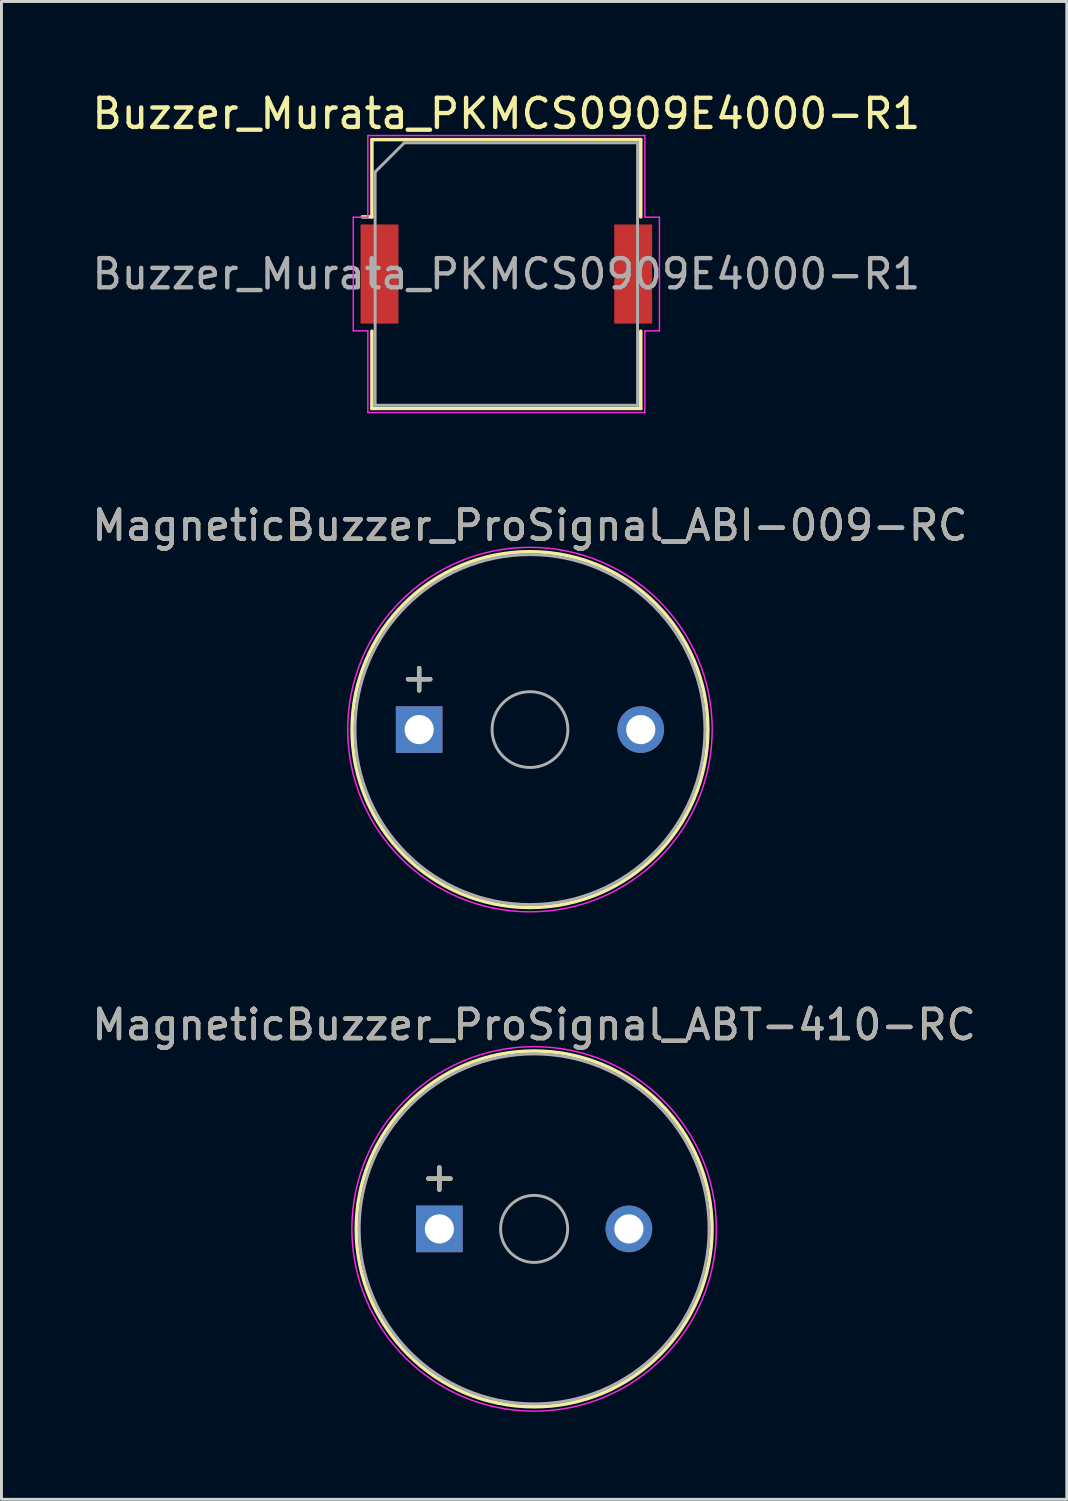
<source format=kicad_pcb>
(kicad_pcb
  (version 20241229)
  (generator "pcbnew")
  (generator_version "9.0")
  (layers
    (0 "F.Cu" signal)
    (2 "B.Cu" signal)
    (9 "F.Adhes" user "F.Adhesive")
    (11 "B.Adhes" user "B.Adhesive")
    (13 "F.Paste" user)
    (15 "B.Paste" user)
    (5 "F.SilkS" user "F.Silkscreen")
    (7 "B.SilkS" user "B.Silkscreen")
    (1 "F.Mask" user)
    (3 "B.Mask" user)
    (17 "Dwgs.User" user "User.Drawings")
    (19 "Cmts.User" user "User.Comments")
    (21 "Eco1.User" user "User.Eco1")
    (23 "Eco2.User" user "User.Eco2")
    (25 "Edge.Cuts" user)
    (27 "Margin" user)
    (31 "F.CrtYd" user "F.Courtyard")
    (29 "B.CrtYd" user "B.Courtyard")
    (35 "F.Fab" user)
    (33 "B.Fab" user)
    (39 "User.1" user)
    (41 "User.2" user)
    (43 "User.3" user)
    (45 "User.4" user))
  (footprint "MagneticBuzzer_ProSignal_ABI-009-RC"
    (layer "F.Cu")
    (at 11.325 21.971)
    (property "Reference" "MagneticBuzzer_ProSignal_ABI-009-RC" (at 3.8 -7 0) (layer "F.SilkS") (effects (font (size 1 1) (thickness 0.15))))
    (attr through_hole)
    (fp_circle (center 3.8 0) (end 9.9 0) (stroke (width 0.12) (type solid)) (fill no) (layer "F.SilkS"))
    (fp_circle (center 3.8 0) (end 10.05 0) (stroke (width 0.05) (type solid)) (fill no) (layer "F.CrtYd"))
    (fp_circle (center 3.8 0) (end 5.1 0) (stroke (width 0.1) (type solid)) (fill no) (layer "F.Fab"))
    (fp_circle (center 3.8 0) (end 9.8 0) (stroke (width 0.1) (type solid)) (fill no) (layer "F.Fab"))
    (fp_text user "+" (at 0 -1.8 0) (layer "F.SilkS") (effects (font (size 1 1) (thickness 0.15))))
    (fp_text user "${REFERENCE}" (at 3.8 -7 0) (layer "F.Fab") (effects (font (size 1 1) (thickness 0.15))))
    (fp_text user "+" (at 0 -1.8 0) (layer "F.Fab") (effects (font (size 1 1) (thickness 0.15))))
    (pad "1" thru_hole rect (at 0 0) (size 1.6 1.6) (drill 1) (layers "*.Cu" "*.Mask"))
    (pad "2" thru_hole circle (at 7.6 0) (size 1.6 1.6) (drill 1) (layers "*.Cu" "*.Mask")))
  (footprint "MagneticBuzzer_ProSignal_ABT-410-RC"
    (layer "F.Cu")
    (at 12.018 39.095)
    (property "Reference" "MagneticBuzzer_ProSignal_ABT-410-RC" (at 3.25 -7 0) (layer "F.SilkS") (effects (font (size 1 1) (thickness 0.15))))
    (attr through_hole)
    (fp_circle (center 3.25 0) (end 9.35 0) (stroke (width 0.12) (type solid)) (fill no) (layer "F.SilkS"))
    (fp_circle (center 3.25 0) (end 9.5 0) (stroke (width 0.05) (type solid)) (fill no) (layer "F.CrtYd"))
    (fp_circle (center 3.25 0) (end 4.4 0) (stroke (width 0.1) (type solid)) (fill no) (layer "F.Fab"))
    (fp_circle (center 3.25 0) (end 9.25 0) (stroke (width 0.1) (type solid)) (fill no) (layer "F.Fab"))
    (fp_text user "+" (at 0 -1.8 0) (layer "F.SilkS") (effects (font (size 1 1) (thickness 0.15))))
    (fp_text user "+" (at 0 -1.8 0) (layer "F.Fab") (effects (font (size 1 1) (thickness 0.15))))
    (fp_text user "${REFERENCE}" (at 3.25 -7 0) (layer "F.Fab") (effects (font (size 1 1) (thickness 0.15))))
    (pad "1" thru_hole rect (at 0 0) (size 1.6 1.6) (drill 1) (layers "*.Cu" "*.Mask"))
    (pad "2" thru_hole circle (at 6.5 0) (size 1.6 1.6) (drill 1) (layers "*.Cu" "*.Mask")))
  (footprint "Buzzer_Murata_PKMCS0909E4000-R1"
    (layer "F.Cu")
    (at 14.315 6.348)
    (property "Reference" "Buzzer_Murata_PKMCS0909E4000-R1" (at 0 -5.5 0) (layer "F.SilkS") (effects (font (size 1 1) (thickness 0.15))))
    (attr smd)
    (fp_line (start -4.61 -4.61) (end 4.61 -4.61) (stroke (width 0.12) (type solid)) (layer "F.SilkS"))
    (fp_line (start -4.61 -1.96) (end -4.94 -1.96) (stroke (width 0.12) (type solid)) (layer "F.SilkS"))
    (fp_line (start -4.61 -1.96) (end -4.61 -4.61) (stroke (width 0.12) (type solid)) (layer "F.SilkS"))
    (fp_line (start -4.61 4.61) (end -4.61 1.96) (stroke (width 0.12) (type solid)) (layer "F.SilkS"))
    (fp_line (start 4.61 -4.61) (end 4.61 -1.96) (stroke (width 0.12) (type solid)) (layer "F.SilkS"))
    (fp_line (start 4.61 1.96) (end 4.61 4.61) (stroke (width 0.12) (type solid)) (layer "F.SilkS"))
    (fp_line (start 4.61 4.61) (end -4.61 4.61) (stroke (width 0.12) (type solid)) (layer "F.SilkS"))
    (fp_line (start -5.25 1.95) (end -5.25 -1.95) (stroke (width 0.05) (type solid)) (layer "F.CrtYd"))
    (fp_line (start -4.75 -4.75) (end 4.75 -4.75) (stroke (width 0.05) (type solid)) (layer "F.CrtYd"))
    (fp_line (start -4.75 -1.95) (end -5.25 -1.95) (stroke (width 0.05) (type solid)) (layer "F.CrtYd"))
    (fp_line (start -4.75 -1.95) (end -4.75 -4.75) (stroke (width 0.05) (type solid)) (layer "F.CrtYd"))
    (fp_line (start -4.75 1.95) (end -5.25 1.95) (stroke (width 0.05) (type solid)) (layer "F.CrtYd"))
    (fp_line (start -4.75 4.75) (end -4.75 1.95) (stroke (width 0.05) (type solid)) (layer "F.CrtYd"))
    (fp_line (start 4.75 -1.95) (end 4.75 -4.75) (stroke (width 0.05) (type solid)) (layer "F.CrtYd"))
    (fp_line (start 4.75 -1.95) (end 5.25 -1.95) (stroke (width 0.05) (type solid)) (layer "F.CrtYd"))
    (fp_line (start 4.75 1.95) (end 5.25 1.95) (stroke (width 0.05) (type solid)) (layer "F.CrtYd"))
    (fp_line (start 4.75 4.75) (end -4.75 4.75) (stroke (width 0.05) (type solid)) (layer "F.CrtYd"))
    (fp_line (start 4.75 4.75) (end 4.75 1.95) (stroke (width 0.05) (type solid)) (layer "F.CrtYd"))
    (fp_line (start 5.25 1.95) (end 5.25 -1.95) (stroke (width 0.05) (type solid)) (layer "F.CrtYd"))
    (fp_line (start -4.5 -3.5) (end -3.5 -4.5) (stroke (width 0.1) (type solid)) (layer "F.Fab"))
    (fp_line (start -4.5 4.5) (end -4.5 -3.5) (stroke (width 0.1) (type solid)) (layer "F.Fab"))
    (fp_line (start -3.5 -4.5) (end 4.5 -4.5) (stroke (width 0.1) (type solid)) (layer "F.Fab"))
    (fp_line (start 4.5 -4.5) (end 4.5 4.5) (stroke (width 0.1) (type solid)) (layer "F.Fab"))
    (fp_line (start 4.5 4.5) (end -4.5 4.5) (stroke (width 0.1) (type solid)) (layer "F.Fab"))
    (fp_text user "${REFERENCE}" (at 0 0 0) (layer "F.Fab") (effects (font (size 1 1) (thickness 0.15))))
    (pad "1" smd rect (at -4.35 0) (size 1.3 3.4) (layers "F.Cu" "F.Mask" "F.Paste"))
    (pad "2" smd rect (at 4.35 0) (size 1.3 3.4) (layers "F.Cu" "F.Mask" "F.Paste")))
  (gr_rect
    (start -3 -3)
    (end 33.536 48.37)
    (stroke (width 0.1) (type default))
    (fill no)
    (layer "Edge.Cuts")))
</source>
